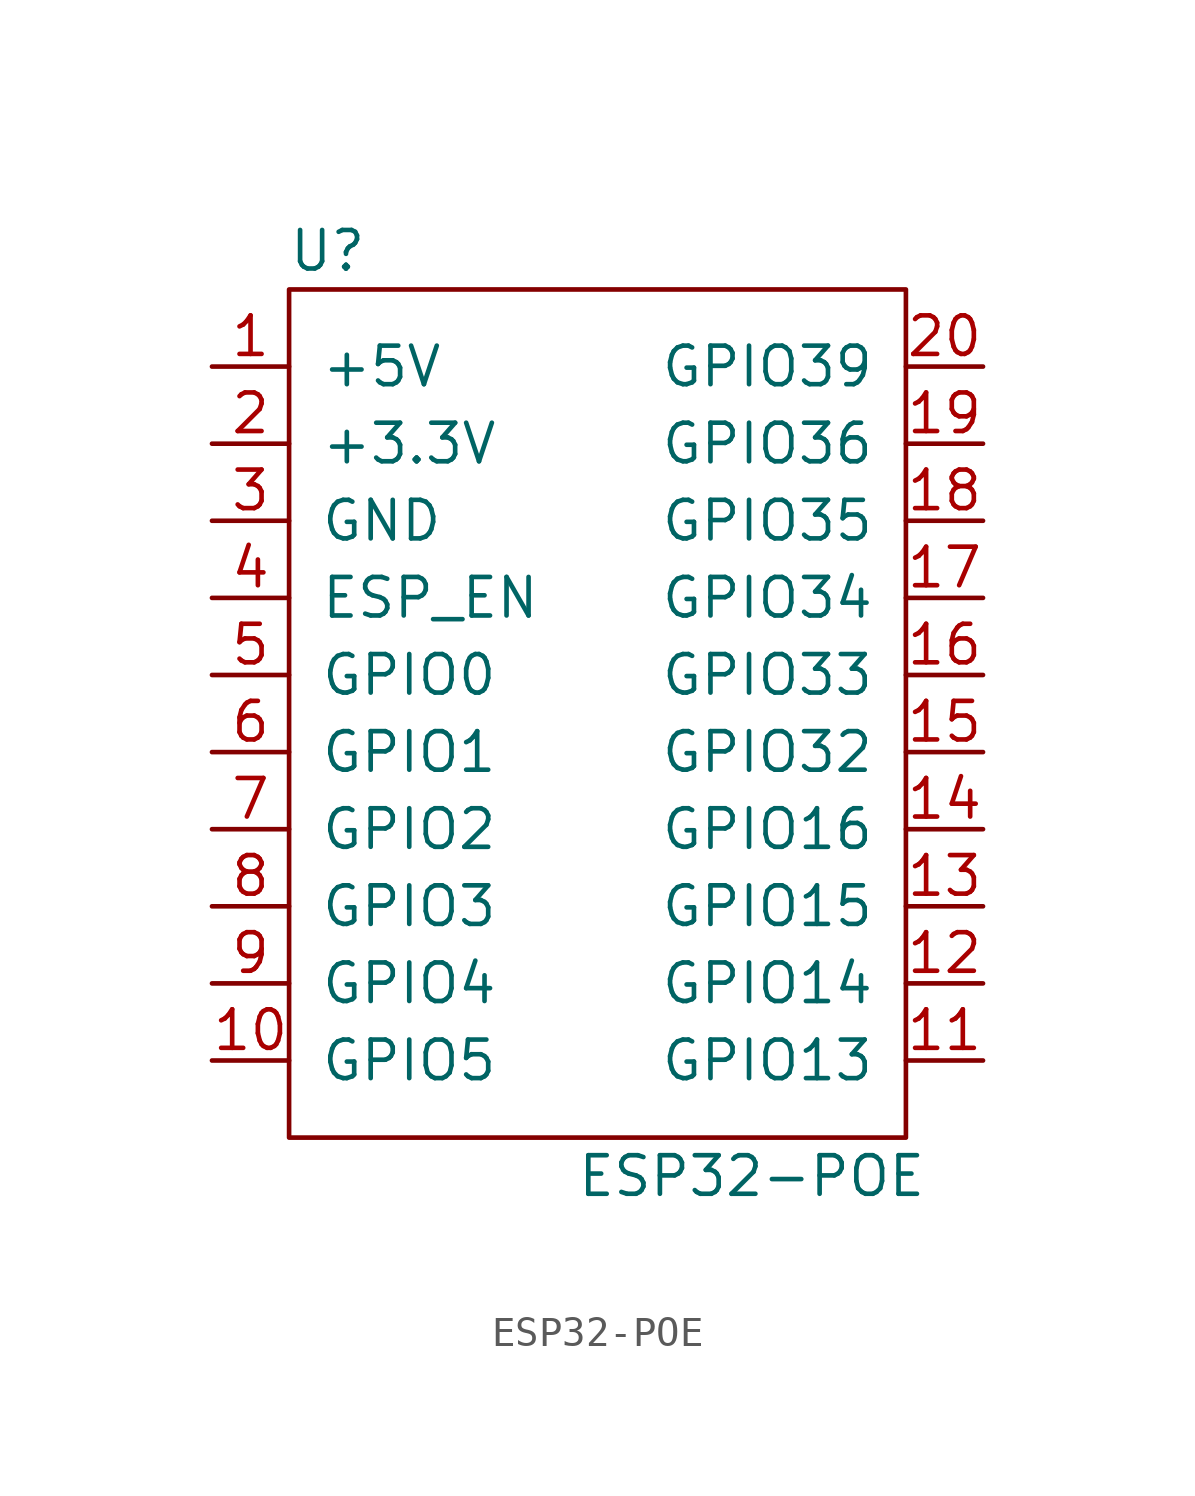
<source format=kicad_sym>
(kicad_symbol_lib
  (version 20210619)
  (generator kicad_symbol_editor)
  (symbol "ESP32-POE"
    (pin_names
      (offset 1.016))
    (property "Reference" "U"
      (at -8.89 15.24 0)
      (effects (font (size 1.27 1.27))))
    (property "Value" "ESP32-POE"
      (at 5.08 -15.24 0)
      (effects (font (size 1.27 1.27))))
    (symbol "ESP32-POE_0_1"
      (rectangle (start -10.16 13.97) (end 10.16 -13.97) (stroke (width 0)) (fill (type none))))
    (symbol "ESP32-POE_1_1"
      (pin power_in line (at -12.7 11.43 0) (length 2.54) (name "+5V" (effects (font (size 1.27 1.27)))) (number "1" (effects (font (size 1.27 1.27)))))
      (pin bidirectional line (at -12.7 -11.43 0) (length 2.54) (name "GPIO5" (effects (font (size 1.27 1.27)))) (number "10" (effects (font (size 1.27 1.27)))))
      (pin bidirectional line (at 12.7 -11.43 180) (length 2.54) (name "GPIO13" (effects (font (size 1.27 1.27)))) (number "11" (effects (font (size 1.27 1.27)))))
      (pin bidirectional line (at 12.7 -8.89 180) (length 2.54) (name "GPIO14" (effects (font (size 1.27 1.27)))) (number "12" (effects (font (size 1.27 1.27)))))
      (pin bidirectional line (at 12.7 -6.35 180) (length 2.54) (name "GPIO15" (effects (font (size 1.27 1.27)))) (number "13" (effects (font (size 1.27 1.27)))))
      (pin bidirectional line (at 12.7 -3.81 180) (length 2.54) (name "GPIO16" (effects (font (size 1.27 1.27)))) (number "14" (effects (font (size 1.27 1.27)))))
      (pin bidirectional line (at 12.7 -1.27 180) (length 2.54) (name "GPIO32" (effects (font (size 1.27 1.27)))) (number "15" (effects (font (size 1.27 1.27)))))
      (pin bidirectional line (at 12.7 1.27 180) (length 2.54) (name "GPIO33" (effects (font (size 1.27 1.27)))) (number "16" (effects (font (size 1.27 1.27)))))
      (pin bidirectional line (at 12.7 3.81 180) (length 2.54) (name "GPIO34" (effects (font (size 1.27 1.27)))) (number "17" (effects (font (size 1.27 1.27)))))
      (pin bidirectional line (at 12.7 6.35 180) (length 2.54) (name "GPIO35" (effects (font (size 1.27 1.27)))) (number "18" (effects (font (size 1.27 1.27)))))
      (pin bidirectional line (at 12.7 8.89 180) (length 2.54) (name "GPIO36" (effects (font (size 1.27 1.27)))) (number "19" (effects (font (size 1.27 1.27)))))
      (pin power_in line (at -12.7 8.89 0) (length 2.54) (name "+3.3V" (effects (font (size 1.27 1.27)))) (number "2" (effects (font (size 1.27 1.27)))))
      (pin bidirectional line (at 12.7 11.43 180) (length 2.54) (name "GPIO39" (effects (font (size 1.27 1.27)))) (number "20" (effects (font (size 1.27 1.27)))))
      (pin power_in line (at -12.7 6.35 0) (length 2.54) (name "GND" (effects (font (size 1.27 1.27)))) (number "3" (effects (font (size 1.27 1.27)))))
      (pin bidirectional line (at -12.7 3.81 0) (length 2.54) (name "ESP_EN" (effects (font (size 1.27 1.27)))) (number "4" (effects (font (size 1.27 1.27)))))
      (pin bidirectional line (at -12.7 1.27 0) (length 2.54) (name "GPIO0" (effects (font (size 1.27 1.27)))) (number "5" (effects (font (size 1.27 1.27)))))
      (pin bidirectional line (at -12.7 -1.27 0) (length 2.54) (name "GPIO1" (effects (font (size 1.27 1.27)))) (number "6" (effects (font (size 1.27 1.27)))))
      (pin bidirectional line (at -12.7 -3.81 0) (length 2.54) (name "GPIO2" (effects (font (size 1.27 1.27)))) (number "7" (effects (font (size 1.27 1.27)))))
      (pin bidirectional line (at -12.7 -6.35 0) (length 2.54) (name "GPIO3" (effects (font (size 1.27 1.27)))) (number "8" (effects (font (size 1.27 1.27)))))
      (pin bidirectional line (at -12.7 -8.89 0) (length 2.54) (name "GPIO4" (effects (font (size 1.27 1.27)))) (number "9" (effects (font (size 1.27 1.27))))))))
</source>
